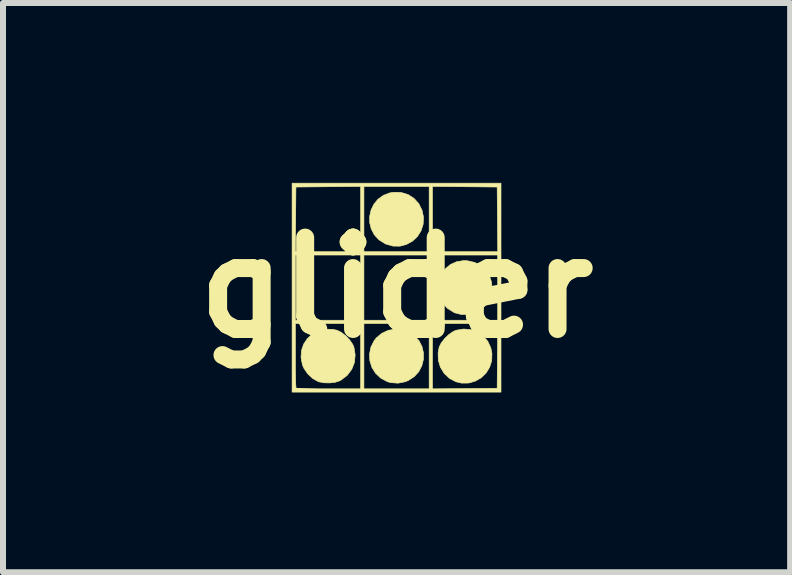
<source format=kicad_pcb>
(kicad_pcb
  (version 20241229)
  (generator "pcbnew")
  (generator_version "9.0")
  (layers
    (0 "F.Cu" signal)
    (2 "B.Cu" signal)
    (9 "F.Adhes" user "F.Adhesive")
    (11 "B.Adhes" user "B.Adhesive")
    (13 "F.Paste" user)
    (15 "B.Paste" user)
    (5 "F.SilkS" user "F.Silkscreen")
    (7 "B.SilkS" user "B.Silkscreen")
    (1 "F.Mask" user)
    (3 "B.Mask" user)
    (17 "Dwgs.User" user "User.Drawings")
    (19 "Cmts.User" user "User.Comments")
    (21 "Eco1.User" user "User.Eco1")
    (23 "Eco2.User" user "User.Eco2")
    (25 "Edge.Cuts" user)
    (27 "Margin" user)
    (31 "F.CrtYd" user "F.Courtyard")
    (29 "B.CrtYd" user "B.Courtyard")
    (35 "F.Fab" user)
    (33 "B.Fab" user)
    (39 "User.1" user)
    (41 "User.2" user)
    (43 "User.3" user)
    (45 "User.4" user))
  (footprint "glider"
    (layer "F.Cu")
    (at 3.563 1.747)
    (property "Reference" "glider" (at 0 0 0) (layer "F.SilkS") (effects (font (size 1.524 1.524) (thickness 0.3))))
    (attr through_hole)
    (fp_poly (pts (xy 0.078 -1.587) (xy 0.193 -1.552) (xy 0.292 -1.488) (xy 0.371 -1.4) (xy 0.425 -1.291) (xy 0.449 -1.179) (xy 0.444 -1.057) (xy 0.408 -0.946) (xy 0.347 -0.851) (xy 0.265 -0.775) (xy 0.167 -0.721) (xy 0.058 -0.692) (xy -0.058 -0.693) (xy -0.175 -0.726) (xy -0.191 -0.733) (xy -0.295 -0.799) (xy -0.372 -0.883) (xy -0.422 -0.98) (xy -0.448 -1.084) (xy -0.448 -1.19) (xy -0.425 -1.294) (xy -0.379 -1.39) (xy -0.311 -1.473) (xy -0.222 -1.538) (xy -0.113 -1.58) (xy -0.048 -1.591) (xy 0.078 -1.587)) (stroke (width 0.01) (type solid)) (fill yes) (layer "F.SilkS"))
    (fp_poly (pts (xy 0.099 0.701) (xy 0.191 0.732) (xy 0.295 0.798) (xy 0.373 0.883) (xy 0.424 0.981) (xy 0.449 1.088) (xy 0.448 1.197) (xy 0.422 1.303) (xy 0.371 1.401) (xy 0.294 1.485) (xy 0.193 1.55) (xy 0.146 1.569) (xy 0.026 1.593) (xy -0.096 1.584) (xy -0.153 1.568) (xy -0.262 1.51) (xy -0.349 1.429) (xy -0.41 1.332) (xy -0.445 1.222) (xy -0.451 1.108) (xy -0.428 0.993) (xy -0.374 0.885) (xy -0.338 0.839) (xy -0.247 0.762) (xy -0.139 0.712) (xy -0.021 0.691) (xy 0.099 0.701)) (stroke (width 0.01) (type solid)) (fill yes) (layer "F.SilkS"))
    (fp_poly (pts (xy 1.242 0.701) (xy 1.353 0.741) (xy 1.448 0.807) (xy 1.523 0.897) (xy 1.573 1.007) (xy 1.591 1.097) (xy 1.587 1.219) (xy 1.552 1.329) (xy 1.492 1.426) (xy 1.41 1.504) (xy 1.311 1.56) (xy 1.202 1.591) (xy 1.085 1.592) (xy 0.991 1.57) (xy 0.882 1.513) (xy 0.795 1.431) (xy 0.732 1.329) (xy 0.697 1.214) (xy 0.693 1.09) (xy 0.711 0.991) (xy 0.746 0.921) (xy 0.803 0.848) (xy 0.873 0.781) (xy 0.946 0.731) (xy 0.991 0.711) (xy 1.119 0.69) (xy 1.242 0.701)) (stroke (width 0.01) (type solid)) (fill yes) (layer "F.SilkS"))
    (fp_poly (pts (xy 1.179 -0.449) (xy 1.302 -0.421) (xy 1.406 -0.367) (xy 1.489 -0.29) (xy 1.55 -0.196) (xy 1.585 -0.09) (xy 1.594 0.023) (xy 1.573 0.138) (xy 1.52 0.25) (xy 1.496 0.284) (xy 1.414 0.363) (xy 1.312 0.418) (xy 1.198 0.447) (xy 1.082 0.448) (xy 0.971 0.42) (xy 0.953 0.411) (xy 0.848 0.344) (xy 0.771 0.26) (xy 0.72 0.165) (xy 0.695 0.062) (xy 0.694 -0.042) (xy 0.715 -0.144) (xy 0.758 -0.239) (xy 0.821 -0.322) (xy 0.902 -0.388) (xy 1.002 -0.432) (xy 1.118 -0.451) (xy 1.179 -0.449)) (stroke (width 0.01) (type solid)) (fill yes) (layer "F.SilkS"))
    (fp_poly (pts (xy -1.069 0.695) (xy -0.991 0.711) (xy -0.921 0.746) (xy -0.848 0.803) (xy -0.781 0.873) (xy -0.731 0.946) (xy -0.711 0.991) (xy -0.69 1.122) (xy -0.702 1.248) (xy -0.747 1.362) (xy -0.822 1.462) (xy -0.925 1.541) (xy -0.949 1.554) (xy -1.022 1.578) (xy -1.115 1.589) (xy -1.21 1.587) (xy -1.295 1.57) (xy -1.305 1.567) (xy -1.397 1.516) (xy -1.48 1.439) (xy -1.544 1.346) (xy -1.569 1.289) (xy -1.593 1.165) (xy -1.585 1.048) (xy -1.549 0.941) (xy -1.487 0.849) (xy -1.405 0.774) (xy -1.305 0.721) (xy -1.191 0.693) (xy -1.069 0.695)) (stroke (width 0.01) (type solid)) (fill yes) (layer "F.SilkS"))
    (fp_poly (pts (xy 1.742 1.742) (xy -1.742 1.742) (xy -1.742 0.599) (xy -1.687 0.599) (xy -1.687 1.131) (xy -1.687 1.266) (xy -1.686 1.39) (xy -1.684 1.497) (xy -1.682 1.583) (xy -1.679 1.643) (xy -1.676 1.673) (xy -1.675 1.675) (xy -1.655 1.678) (xy -1.602 1.681) (xy -1.523 1.683) (xy -1.421 1.685) (xy -1.302 1.687) (xy -1.169 1.687) (xy -1.131 1.687) (xy -0.599 1.687) (xy -0.599 0.599) (xy -0.544 0.599) (xy -0.544 1.687) (xy 0.544 1.687) (xy 0.544 0.599) (xy 0.599 0.599) (xy 0.599 1.688) (xy 1.138 1.683) (xy 1.678 1.678) (xy 1.683 1.138) (xy 1.688 0.599) (xy 0.599 0.599) (xy 0.544 0.599) (xy -0.544 0.599) (xy -0.599 0.599) (xy -1.687 0.599) (xy -1.742 0.599) (xy -1.742 -0.544) (xy -1.687 -0.544) (xy -1.687 0.544) (xy -0.599 0.544) (xy -0.599 -0.544) (xy -0.544 -0.544) (xy -0.544 0.544) (xy 0.544 0.544) (xy 0.544 -0.544) (xy 0.599 -0.544) (xy 0.599 0.544) (xy 1.687 0.544) (xy 1.687 -0.544) (xy 0.599 -0.544) (xy 0.544 -0.544) (xy -0.544 -0.544) (xy -0.599 -0.544) (xy -1.687 -0.544) (xy -1.742 -0.544) (xy -1.742 -0.599) (xy -1.688 -0.599) (xy -0.599 -0.599) (xy -0.599 -1.687) (xy -0.544 -1.687) (xy -0.544 -0.599) (xy 0.544 -0.599) (xy 0.599 -0.599) (xy 1.688 -0.599) (xy 1.683 -1.138) (xy 1.678 -1.678) (xy 0.599 -1.688) (xy 0.599 -0.599) (xy 0.544 -0.599) (xy 0.544 -1.687) (xy -0.544 -1.687) (xy -0.599 -1.687) (xy -0.599 -1.688) (xy -1.138 -1.683) (xy -1.678 -1.678) (xy -1.683 -1.138) (xy -1.688 -0.599) (xy -1.742 -0.599) (xy -1.742 -1.742) (xy 1.742 -1.742) (xy 1.742 1.742)) (stroke (width 0.01) (type solid)) (fill yes) (layer "F.SilkS")))
  (gr_rect
    (start -3 -3)
    (end 10.127 6.493)
    (stroke (width 0.1) (type default))
    (fill no)
    (layer "Edge.Cuts")))
</source>
